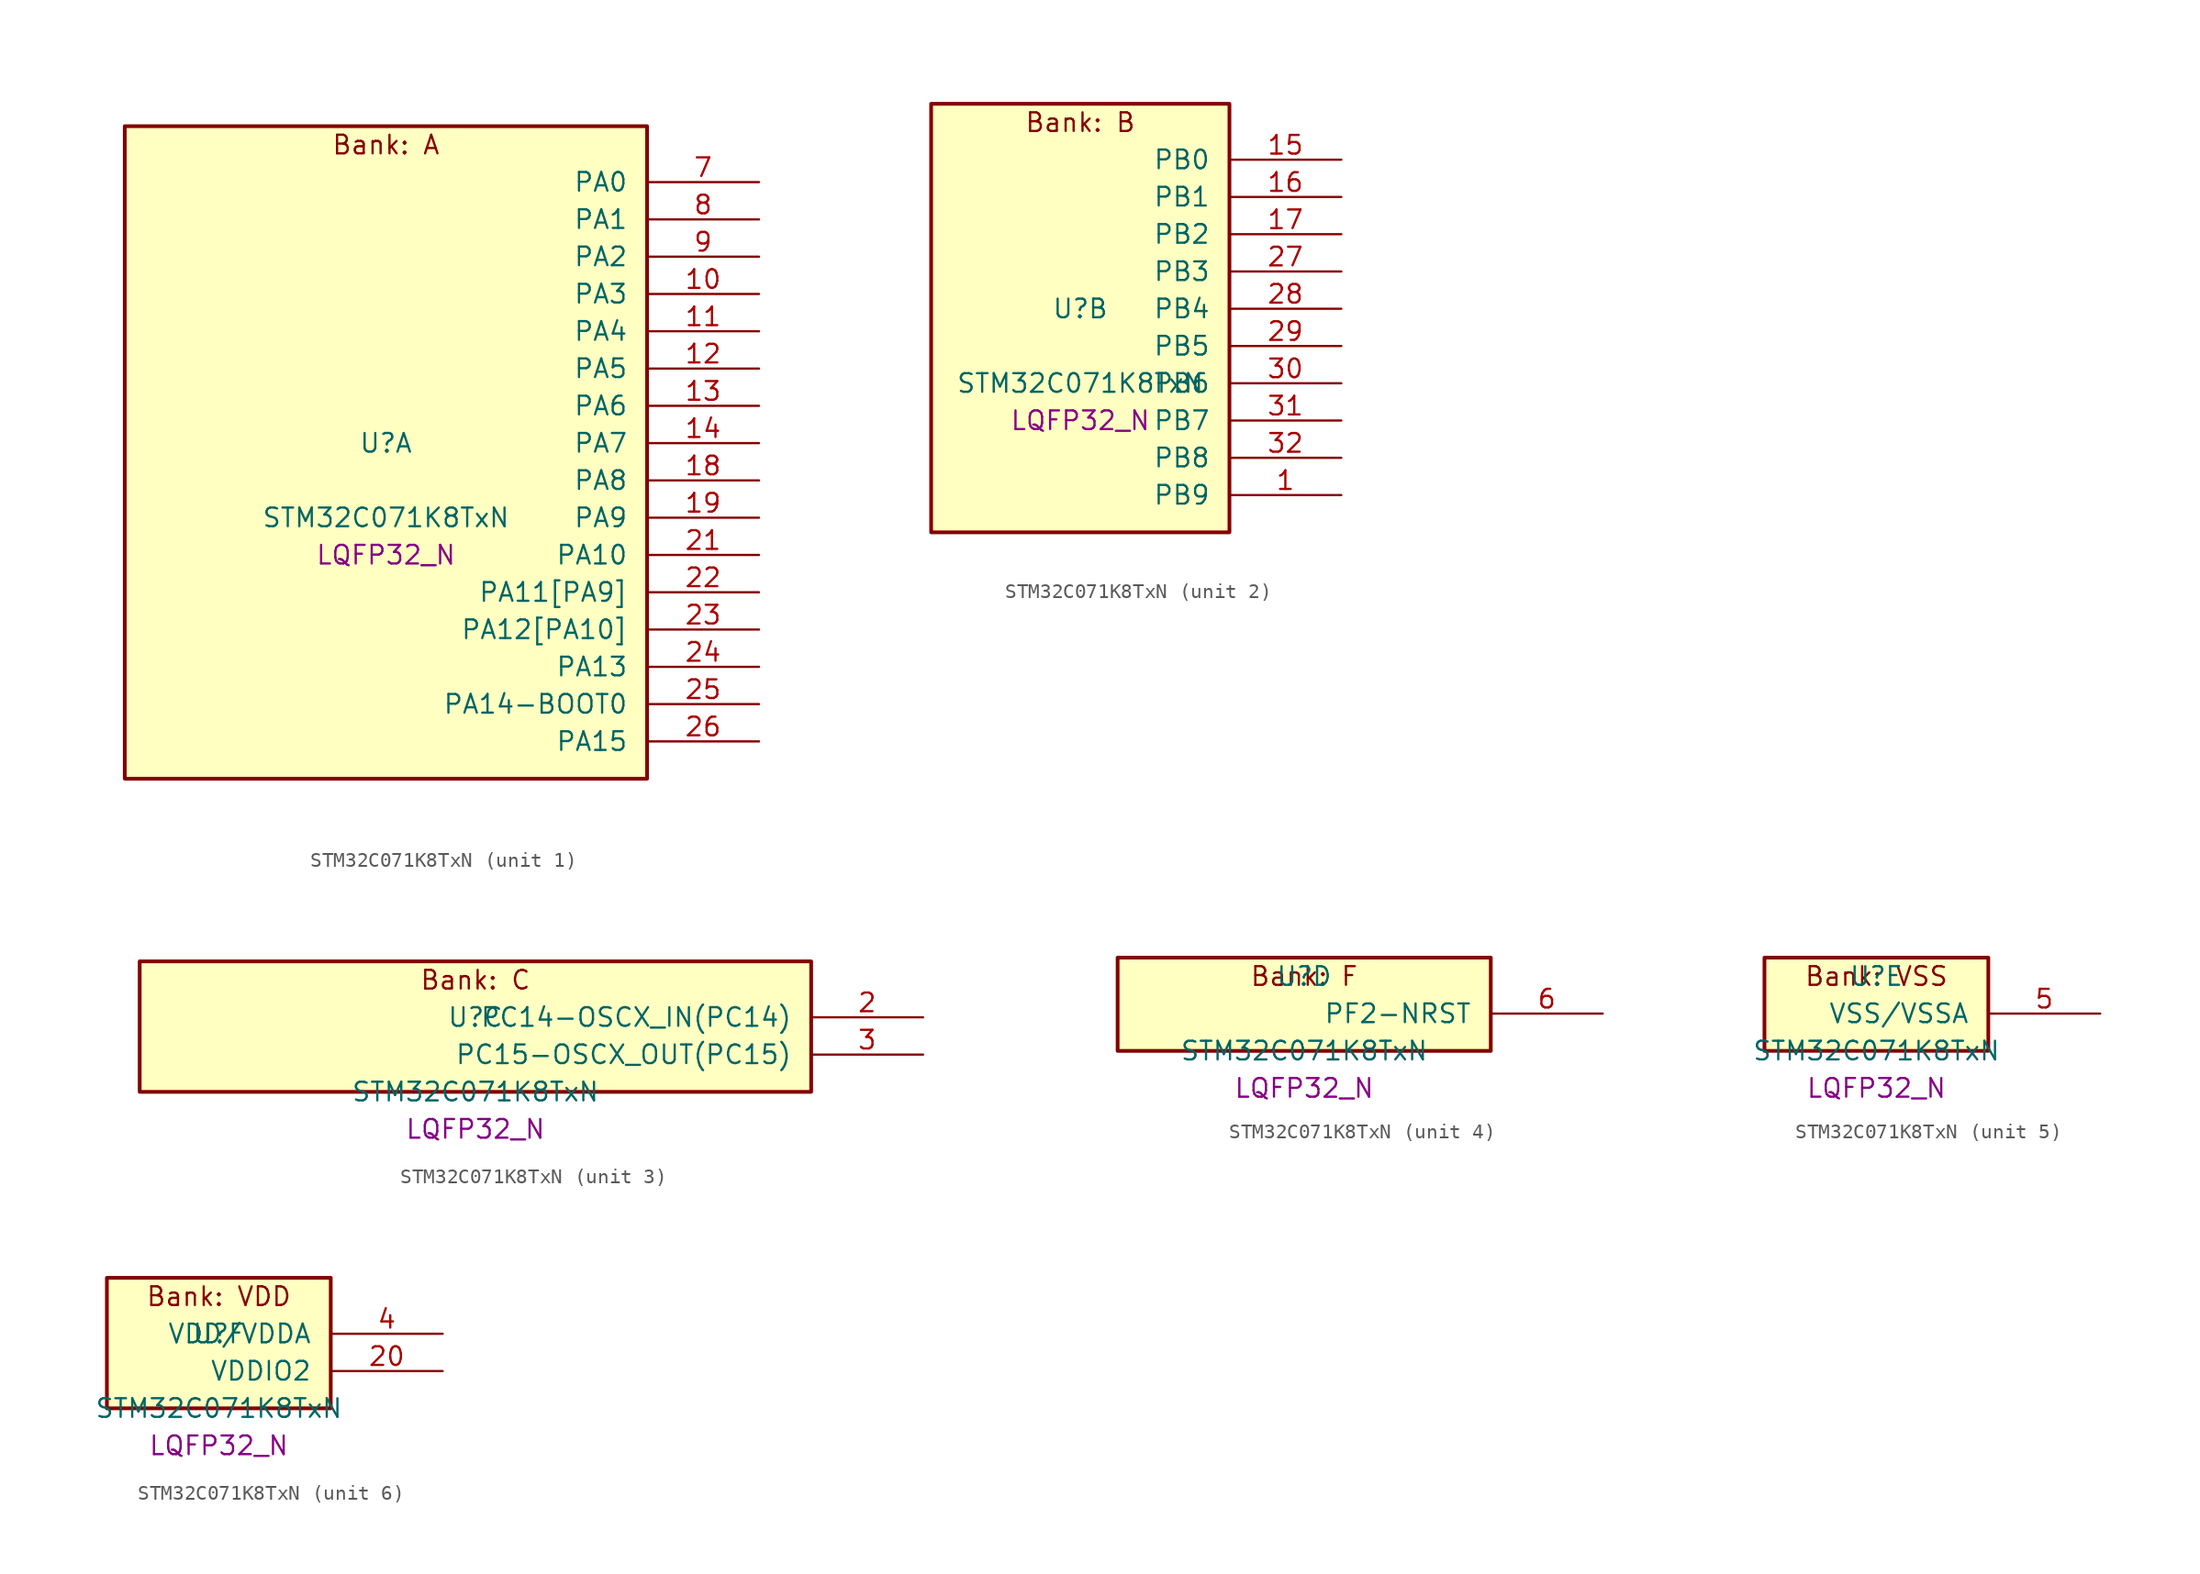
<source format=kicad_sym>
(kicad_symbol_lib
  (version 20241209)
  (generator "stm32_pkl_generator")
  (generator_version "1.0")
  (symbol "STM32C071K8TxN"
    (pin_names
      (offset 1.27))
    (property "Reference" "U"
      (at 0 2.54 0))
    (property "Value" "STM32C071K8TxN"
      (at 0 -2.54 0))
    (property "Footprint" "LQFP32_N"
      (at 0 -5.08 0))
    (symbol "STM32C071K8TxN_1_1"
      (rectangle (start -17.78 24.13) (end 17.78 -20.32) (stroke (width 0.254) (type solid)) (fill (type background)))
      (text "Bank: A" (at 0 22.86 0))
      (pin bidirectional line (at 25.4 20.32 180) (length 7.62) (name "PA0") (number "7") (alternate "PA0/ADC1_IN0" bidirectional line) (alternate "PA0/PWR_WKUP1" bidirectional line) (alternate "PA0/SPI2_SCK" bidirectional line) (alternate "PA0/TIM16_CH1" bidirectional line) (alternate "PA0/TIM1_CH1" bidirectional line) (alternate "PA0/TIM2_CH1" bidirectional line) (alternate "PA0/TIM2_ETR" bidirectional line) (alternate "PA0/USART1_TX" bidirectional line) (alternate "PA0/USART2_CTS" bidirectional line) (alternate "PA0/USART2_NSS" bidirectional line))
      (pin bidirectional line (at 25.4 17.78 180) (length 7.62) (name "PA1") (number "8") (alternate "PA1/ADC1_IN1" bidirectional line) (alternate "PA1/I2C1_SMBA" bidirectional line) (alternate "PA1/I2S1_CK" bidirectional line) (alternate "PA1/SPI1_SCK" bidirectional line) (alternate "PA1/TIM17_CH1" bidirectional line) (alternate "PA1/TIM1_CH2" bidirectional line) (alternate "PA1/TIM2_CH2" bidirectional line) (alternate "PA1/USART1_RX" bidirectional line) (alternate "PA1/USART2_CK" bidirectional line) (alternate "PA1/USART2_DE" bidirectional line) (alternate "PA1/USART2_RTS" bidirectional line))
      (pin bidirectional line (at 25.4 15.24 180) (length 7.62) (name "PA2") (number "9") (alternate "PA2/ADC1_IN2" bidirectional line) (alternate "PA2/I2S1_SD" bidirectional line) (alternate "PA2/PWR_WKUP4" bidirectional line) (alternate "PA2/RCC_LSCO" bidirectional line) (alternate "PA2/SPI1_MOSI" bidirectional line) (alternate "PA2/TIM16_CH1N" bidirectional line) (alternate "PA2/TIM1_CH3" bidirectional line) (alternate "PA2/TIM2_CH3" bidirectional line) (alternate "PA2/TIM3_ETR" bidirectional line) (alternate "PA2/USART2_TX" bidirectional line))
      (pin bidirectional line (at 25.4 12.7 180) (length 7.62) (name "PA3") (number "10") (alternate "PA3/ADC1_IN3" bidirectional line) (alternate "PA3/SPI2_MISO" bidirectional line) (alternate "PA3/TIM1_CH1N" bidirectional line) (alternate "PA3/TIM1_CH4" bidirectional line) (alternate "PA3/TIM2_CH4" bidirectional line) (alternate "PA3/USART2_RX" bidirectional line))
      (pin bidirectional line (at 25.4 10.16 180) (length 7.62) (name "PA4") (number "11") (alternate "PA4/ADC1_IN4" bidirectional line) (alternate "PA4/I2S1_WS" bidirectional line) (alternate "PA4/PWR_WKUP2" bidirectional line) (alternate "PA4/RTC_OUT1" bidirectional line) (alternate "PA4/RTC_TS" bidirectional line) (alternate "PA4/SPI1_NSS" bidirectional line) (alternate "PA4/SPI2_MOSI" bidirectional line) (alternate "PA4/TIM14_CH1" bidirectional line) (alternate "PA4/TIM17_CH1N" bidirectional line) (alternate "PA4/TIM1_CH2N" bidirectional line) (alternate "PA4/USART2_TX" bidirectional line) (alternate "PA4/USB_NOE" bidirectional line))
      (pin bidirectional line (at 25.4 7.62 180) (length 7.62) (name "PA5") (number "12") (alternate "PA5/ADC1_IN5" bidirectional line) (alternate "PA5/I2S1_CK" bidirectional line) (alternate "PA5/SPI1_SCK" bidirectional line) (alternate "PA5/TIM1_CH1" bidirectional line) (alternate "PA5/TIM1_CH3N" bidirectional line) (alternate "PA5/TIM2_CH1" bidirectional line) (alternate "PA5/TIM2_ETR" bidirectional line) (alternate "PA5/USART2_RX" bidirectional line))
      (pin bidirectional line (at 25.4 5.08 180) (length 7.62) (name "PA6") (number "13") (alternate "PA6/ADC1_IN6" bidirectional line) (alternate "PA6/I2C2_SDA" bidirectional line) (alternate "PA6/I2S1_MCK" bidirectional line) (alternate "PA6/SPI1_MISO" bidirectional line) (alternate "PA6/TIM16_CH1" bidirectional line) (alternate "PA6/TIM1_BKIN" bidirectional line) (alternate "PA6/TIM3_CH1" bidirectional line))
      (pin bidirectional line (at 25.4 2.54 180) (length 7.62) (name "PA7") (number "14") (alternate "PA7/ADC1_IN7" bidirectional line) (alternate "PA7/I2C2_SCL" bidirectional line) (alternate "PA7/I2S1_SD" bidirectional line) (alternate "PA7/SPI1_MOSI" bidirectional line) (alternate "PA7/TIM14_CH1" bidirectional line) (alternate "PA7/TIM17_CH1" bidirectional line) (alternate "PA7/TIM1_CH1N" bidirectional line) (alternate "PA7/TIM3_CH2" bidirectional line))
      (pin bidirectional line (at 25.4 0 180) (length 7.62) (name "PA8") (number "18") (alternate "PA8/ADC1_IN8" bidirectional line) (alternate "PA8/CRS_SYNC" bidirectional line) (alternate "PA8/I2S1_WS" bidirectional line) (alternate "PA8/RCC_MCO" bidirectional line) (alternate "PA8/RCC_MCO_2" bidirectional line) (alternate "PA8/SPI1_NSS" bidirectional line) (alternate "PA8/SPI2_MISO" bidirectional line) (alternate "PA8/SPI2_NSS" bidirectional line) (alternate "PA8/TIM14_CH1" bidirectional line) (alternate "PA8/TIM1_CH1" bidirectional line) (alternate "PA8/TIM1_CH2N" bidirectional line) (alternate "PA8/TIM1_CH3N" bidirectional line) (alternate "PA8/TIM3_CH3" bidirectional line) (alternate "PA8/TIM3_CH4" bidirectional line) (alternate "PA8/USART1_RX" bidirectional line) (alternate "PA8/USART2_TX" bidirectional line))
      (pin bidirectional line (at 25.4 -2.54 180) (length 7.62) (name "PA9") (number "19") (alternate "PA9/I2C1_SCL" bidirectional line) (alternate "PA9/I2C2_SCL" bidirectional line) (alternate "PA9/RCC_MCO" bidirectional line) (alternate "PA9/SPI2_MISO" bidirectional line) (alternate "PA9/TIM1_CH2" bidirectional line) (alternate "PA9/TIM3_ETR" bidirectional line) (alternate "PA9/USART1_TX" bidirectional line) (alternate "PA9/NC" bidirectional line))
      (pin bidirectional line (at 25.4 -5.08 180) (length 7.62) (name "PA10") (number "21") (alternate "PA10/I2C1_SDA" bidirectional line) (alternate "PA10/I2C2_SDA" bidirectional line) (alternate "PA10/RCC_MCO_2" bidirectional line) (alternate "PA10/SPI2_MOSI" bidirectional line) (alternate "PA10/TIM17_BKIN" bidirectional line) (alternate "PA10/TIM1_CH3" bidirectional line) (alternate "PA10/USART1_RX" bidirectional line) (alternate "PA10/NC" bidirectional line))
      (pin bidirectional line (at 25.4 -7.62 180) (length 7.62) (name "PA11[PA9]") (number "22") (alternate "PA11[PA9]/ADC1_EXTI11" bidirectional line) (alternate "PA11[PA9]/I2C2_SCL" bidirectional line) (alternate "PA11[PA9]/I2S1_MCK" bidirectional line) (alternate "PA11[PA9]/SPI1_MISO" bidirectional line) (alternate "PA11[PA9]/TIM1_BKIN2" bidirectional line) (alternate "PA11[PA9]/TIM1_CH4" bidirectional line) (alternate "PA11[PA9]/USART1_CTS" bidirectional line) (alternate "PA11[PA9]/USART1_NSS" bidirectional line) (alternate "PA11[PA9]/USB_DM" bidirectional line) (alternate "PA11[PA9]/PA9[PA11]" bidirectional line) (alternate "PA11[PA9]/I2C1_SCL" bidirectional line) (alternate "PA11[PA9]/RCC_MCO" bidirectional line) (alternate "PA11[PA9]/SPI2_MISO" bidirectional line) (alternate "PA11[PA9]/TIM1_CH2" bidirectional line) (alternate "PA11[PA9]/TIM3_ETR" bidirectional line) (alternate "PA11[PA9]/USART1_TX" bidirectional line))
      (pin bidirectional line (at 25.4 -10.16 180) (length 7.62) (name "PA12[PA10]") (number "23") (alternate "PA12[PA10]/I2C2_SDA" bidirectional line) (alternate "PA12[PA10]/I2S1_SD" bidirectional line) (alternate "PA12[PA10]/I2S_CKIN" bidirectional line) (alternate "PA12[PA10]/SPI1_MOSI" bidirectional line) (alternate "PA12[PA10]/TIM1_ETR" bidirectional line) (alternate "PA12[PA10]/USART1_CK" bidirectional line) (alternate "PA12[PA10]/USART1_DE" bidirectional line) (alternate "PA12[PA10]/USART1_RTS" bidirectional line) (alternate "PA12[PA10]/USB_DP" bidirectional line) (alternate "PA12[PA10]/PA10[PA12]" bidirectional line) (alternate "PA12[PA10]/I2C1_SDA" bidirectional line) (alternate "PA12[PA10]/RCC_MCO_2" bidirectional line) (alternate "PA12[PA10]/SPI2_MOSI" bidirectional line) (alternate "PA12[PA10]/TIM17_BKIN" bidirectional line) (alternate "PA12[PA10]/TIM1_CH3" bidirectional line) (alternate "PA12[PA10]/USART1_RX" bidirectional line))
      (pin bidirectional line (at 25.4 -12.7 180) (length 7.62) (name "PA13") (number "24") (alternate "PA13/ADC1_IN13" bidirectional line) (alternate "PA13/DEBUG_SWDIO" bidirectional line) (alternate "PA13/IR_OUT" bidirectional line) (alternate "PA13/TIM3_ETR" bidirectional line) (alternate "PA13/USART2_RX" bidirectional line) (alternate "PA13/USB_NOE" bidirectional line))
      (pin bidirectional line (at 25.4 -15.24 180) (length 7.62) (name "PA14-BOOT0") (number "25") (alternate "PA14-BOOT0/ADC1_IN14" bidirectional line) (alternate "PA14-BOOT0/DEBUG_SWCLK" bidirectional line) (alternate "PA14-BOOT0/I2S1_WS" bidirectional line) (alternate "PA14-BOOT0/RCC_MCO_2" bidirectional line) (alternate "PA14-BOOT0/SPI1_NSS" bidirectional line) (alternate "PA14-BOOT0/TIM1_CH1" bidirectional line) (alternate "PA14-BOOT0/USART1_CK" bidirectional line) (alternate "PA14-BOOT0/USART1_DE" bidirectional line) (alternate "PA14-BOOT0/USART1_RTS" bidirectional line) (alternate "PA14-BOOT0/USART2_RX" bidirectional line) (alternate "PA14-BOOT0/USART2_TX" bidirectional line))
      (pin bidirectional line (at 25.4 -17.78 180) (length 7.62) (name "PA15") (number "26") (alternate "PA15/I2S1_WS" bidirectional line) (alternate "PA15/RCC_MCO_2" bidirectional line) (alternate "PA15/SPI1_NSS" bidirectional line) (alternate "PA15/TIM1_CH1" bidirectional line) (alternate "PA15/TIM2_CH1" bidirectional line) (alternate "PA15/TIM2_ETR" bidirectional line) (alternate "PA15/USART1_CK" bidirectional line) (alternate "PA15/USART1_DE" bidirectional line) (alternate "PA15/USART1_RTS" bidirectional line) (alternate "PA15/USART2_RX" bidirectional line) (alternate "PA15/USB_NOE" bidirectional line)))
    (symbol "STM32C071K8TxN_2_1"
      (rectangle (start -10.16 16.51) (end 10.16 -12.7) (stroke (width 0.254) (type solid)) (fill (type background)))
      (text "Bank: B" (at 0 15.24 0))
      (pin bidirectional line (at 17.78 12.7 180) (length 7.62) (name "PB0") (number "15") (alternate "PB0/ADC1_IN17" bidirectional line) (alternate "PB0/I2S1_WS" bidirectional line) (alternate "PB0/SPI1_NSS" bidirectional line) (alternate "PB0/TIM1_CH2N" bidirectional line) (alternate "PB0/TIM3_CH3" bidirectional line))
      (pin bidirectional line (at 17.78 10.16 180) (length 7.62) (name "PB1") (number "16") (alternate "PB1/ADC1_IN18" bidirectional line) (alternate "PB1/TIM14_CH1" bidirectional line) (alternate "PB1/TIM1_CH2N" bidirectional line) (alternate "PB1/TIM1_CH3N" bidirectional line) (alternate "PB1/TIM3_CH4" bidirectional line))
      (pin bidirectional line (at 17.78 7.62 180) (length 7.62) (name "PB2") (number "17") (alternate "PB2/ADC1_IN19" bidirectional line) (alternate "PB2/RCC_MCO_2" bidirectional line) (alternate "PB2/SPI2_MISO" bidirectional line) (alternate "PB2/USART1_RX" bidirectional line))
      (pin bidirectional line (at 17.78 5.08 180) (length 7.62) (name "PB3") (number "27") (alternate "PB3/I2C2_SCL" bidirectional line) (alternate "PB3/I2S1_CK" bidirectional line) (alternate "PB3/SPI1_SCK" bidirectional line) (alternate "PB3/TIM1_CH2" bidirectional line) (alternate "PB3/TIM2_CH2" bidirectional line) (alternate "PB3/TIM3_CH2" bidirectional line) (alternate "PB3/USART1_CK" bidirectional line) (alternate "PB3/USART1_DE" bidirectional line) (alternate "PB3/USART1_RTS" bidirectional line))
      (pin bidirectional line (at 17.78 2.54 180) (length 7.62) (name "PB4") (number "28") (alternate "PB4/I2C2_SDA" bidirectional line) (alternate "PB4/I2S1_MCK" bidirectional line) (alternate "PB4/SPI1_MISO" bidirectional line) (alternate "PB4/TIM17_BKIN" bidirectional line) (alternate "PB4/TIM3_CH1" bidirectional line) (alternate "PB4/USART1_CTS" bidirectional line) (alternate "PB4/USART1_NSS" bidirectional line))
      (pin bidirectional line (at 17.78 0 180) (length 7.62) (name "PB5") (number "29") (alternate "PB5/I2C1_SMBA" bidirectional line) (alternate "PB5/I2S1_SD" bidirectional line) (alternate "PB5/PWR_WKUP6" bidirectional line) (alternate "PB5/SPI1_MOSI" bidirectional line) (alternate "PB5/TIM16_BKIN" bidirectional line) (alternate "PB5/TIM3_CH2" bidirectional line) (alternate "PB5/TIM3_CH3" bidirectional line))
      (pin bidirectional line (at 17.78 -2.54 180) (length 7.62) (name "PB6") (number "30") (alternate "PB6/I2C1_SCL" bidirectional line) (alternate "PB6/I2C1_SMBA" bidirectional line) (alternate "PB6/I2S1_CK" bidirectional line) (alternate "PB6/I2S1_MCK" bidirectional line) (alternate "PB6/I2S1_SD" bidirectional line) (alternate "PB6/PWR_WKUP3" bidirectional line) (alternate "PB6/SPI1_MISO" bidirectional line) (alternate "PB6/SPI1_MOSI" bidirectional line) (alternate "PB6/SPI1_SCK" bidirectional line) (alternate "PB6/SPI2_MISO" bidirectional line) (alternate "PB6/TIM16_BKIN" bidirectional line) (alternate "PB6/TIM16_CH1N" bidirectional line) (alternate "PB6/TIM17_BKIN" bidirectional line) (alternate "PB6/TIM1_CH2" bidirectional line) (alternate "PB6/TIM1_CH3" bidirectional line) (alternate "PB6/TIM3_CH1" bidirectional line) (alternate "PB6/TIM3_CH2" bidirectional line) (alternate "PB6/TIM3_CH3" bidirectional line) (alternate "PB6/USART1_CTS" bidirectional line) (alternate "PB6/USART1_NSS" bidirectional line) (alternate "PB6/USART1_TX" bidirectional line))
      (pin bidirectional line (at 17.78 -5.08 180) (length 7.62) (name "PB7") (number "31") (alternate "PB7/I2C1_SCL" bidirectional line) (alternate "PB7/I2C1_SDA" bidirectional line) (alternate "PB7/RTC_REFIN" bidirectional line) (alternate "PB7/SPI2_MOSI" bidirectional line) (alternate "PB7/TIM16_CH1" bidirectional line) (alternate "PB7/TIM17_CH1N" bidirectional line) (alternate "PB7/TIM1_CH4" bidirectional line) (alternate "PB7/TIM3_CH1" bidirectional line) (alternate "PB7/TIM3_CH4" bidirectional line) (alternate "PB7/USART1_RX" bidirectional line) (alternate "PB7/USART2_CTS" bidirectional line) (alternate "PB7/USART2_NSS" bidirectional line))
      (pin bidirectional line (at 17.78 -7.62 180) (length 7.62) (name "PB8") (number "32") (alternate "PB8/I2C1_SCL" bidirectional line) (alternate "PB8/SPI2_SCK" bidirectional line) (alternate "PB8/TIM16_CH1" bidirectional line) (alternate "PB8/TIM3_CH1" bidirectional line) (alternate "PB8/USART2_CTS" bidirectional line) (alternate "PB8/USART2_NSS" bidirectional line))
      (pin bidirectional line (at 17.78 -10.16 180) (length 7.62) (name "PB9") (number "1") (alternate "PB9/I2C1_SDA" bidirectional line) (alternate "PB9/IR_OUT" bidirectional line) (alternate "PB9/SPI2_NSS" bidirectional line) (alternate "PB9/TIM17_CH1" bidirectional line) (alternate "PB9/TIM3_CH2" bidirectional line) (alternate "PB9/USART2_CK" bidirectional line) (alternate "PB9/USART2_DE" bidirectional line) (alternate "PB9/USART2_RTS" bidirectional line)))
    (symbol "STM32C071K8TxN_3_1"
      (rectangle (start -22.86 6.35) (end 22.86 -2.54) (stroke (width 0.254) (type solid)) (fill (type background)))
      (text "Bank: C" (at 0 5.08 0))
      (pin bidirectional line (at 30.48 2.54 180) (length 7.62) (name "PC14-OSCX_IN(PC14)") (number "2") (alternate "PC14-OSCX_IN(PC14)/I2C1_SDA" bidirectional line) (alternate "PC14-OSCX_IN(PC14)/IR_OUT" bidirectional line) (alternate "PC14-OSCX_IN(PC14)/RCC_OSCX_IN" bidirectional line) (alternate "PC14-OSCX_IN(PC14)/SPI2_NSS" bidirectional line) (alternate "PC14-OSCX_IN(PC14)/TIM17_CH1" bidirectional line) (alternate "PC14-OSCX_IN(PC14)/TIM1_BKIN2" bidirectional line) (alternate "PC14-OSCX_IN(PC14)/TIM1_ETR" bidirectional line) (alternate "PC14-OSCX_IN(PC14)/TIM3_CH2" bidirectional line) (alternate "PC14-OSCX_IN(PC14)/USART1_TX" bidirectional line) (alternate "PC14-OSCX_IN(PC14)/USART2_CK" bidirectional line) (alternate "PC14-OSCX_IN(PC14)/USART2_DE" bidirectional line) (alternate "PC14-OSCX_IN(PC14)/USART2_RTS" bidirectional line))
      (pin bidirectional line (at 30.48 0 180) (length 7.62) (name "PC15-OSCX_OUT(PC15)") (number "3") (alternate "PC15-OSCX_OUT(PC15)/RCC_OSC32_EN" bidirectional line) (alternate "PC15-OSCX_OUT(PC15)/RCC_OSCX_OUT" bidirectional line) (alternate "PC15-OSCX_OUT(PC15)/RCC_OSC_EN" bidirectional line) (alternate "PC15-OSCX_OUT(PC15)/TIM1_ETR" bidirectional line) (alternate "PC15-OSCX_OUT(PC15)/TIM3_CH3" bidirectional line)))
    (symbol "STM32C071K8TxN_4_1"
      (rectangle (start -12.7 3.81) (end 12.7 -2.54) (stroke (width 0.254) (type solid)) (fill (type background)))
      (text "Bank: F" (at 0 2.54 0))
      (pin bidirectional line (at 20.32 0 180) (length 7.62) (name "PF2-NRST") (number "6") (alternate "PF2-NRST/RCC_MCO" bidirectional line) (alternate "PF2-NRST/TIM1_CH4" bidirectional line)))
    (symbol "STM32C071K8TxN_5_1"
      (rectangle (start -7.62 3.81) (end 7.62 -2.54) (stroke (width 0.254) (type solid)) (fill (type background)))
      (text "Bank: VSS" (at 0 2.54 0))
      (pin power_in line (at 15.24 0 180) (length 7.62) (name "VSS/VSSA") (number "5")))
    (symbol "STM32C071K8TxN_6_1"
      (rectangle (start -7.62 6.35) (end 7.62 -2.54) (stroke (width 0.254) (type solid)) (fill (type background)))
      (text "Bank: VDD" (at 0 5.08 0))
      (pin power_in line (at 15.24 2.54 180) (length 7.62) (name "VDD/VDDA") (number "4"))
      (pin power_in line (at 15.24 0 180) (length 7.62) (name "VDDIO2") (number "20")))))
</source>
